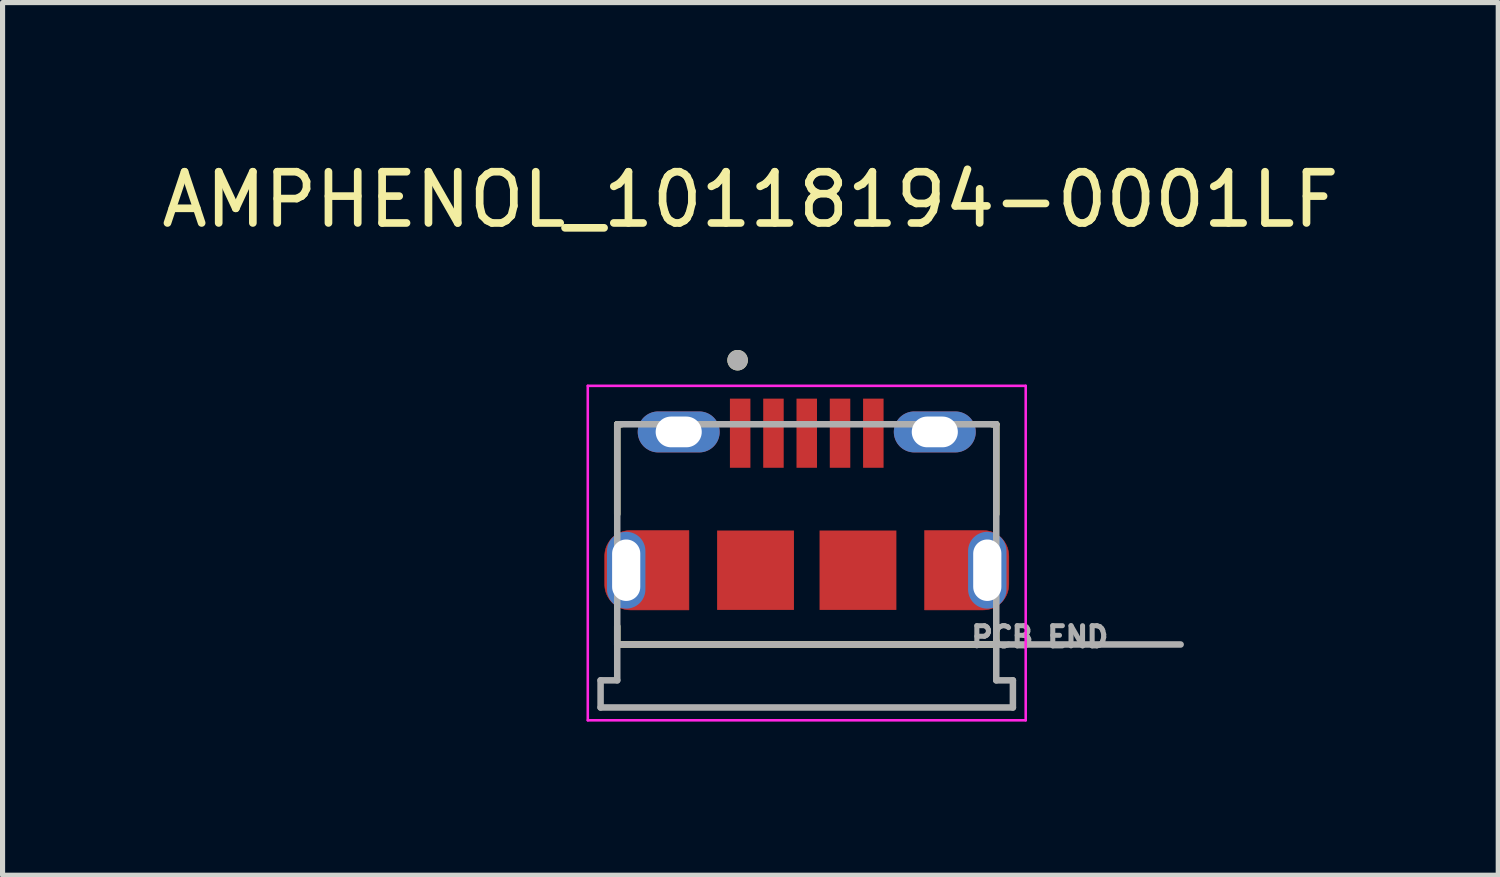
<source format=kicad_pcb>
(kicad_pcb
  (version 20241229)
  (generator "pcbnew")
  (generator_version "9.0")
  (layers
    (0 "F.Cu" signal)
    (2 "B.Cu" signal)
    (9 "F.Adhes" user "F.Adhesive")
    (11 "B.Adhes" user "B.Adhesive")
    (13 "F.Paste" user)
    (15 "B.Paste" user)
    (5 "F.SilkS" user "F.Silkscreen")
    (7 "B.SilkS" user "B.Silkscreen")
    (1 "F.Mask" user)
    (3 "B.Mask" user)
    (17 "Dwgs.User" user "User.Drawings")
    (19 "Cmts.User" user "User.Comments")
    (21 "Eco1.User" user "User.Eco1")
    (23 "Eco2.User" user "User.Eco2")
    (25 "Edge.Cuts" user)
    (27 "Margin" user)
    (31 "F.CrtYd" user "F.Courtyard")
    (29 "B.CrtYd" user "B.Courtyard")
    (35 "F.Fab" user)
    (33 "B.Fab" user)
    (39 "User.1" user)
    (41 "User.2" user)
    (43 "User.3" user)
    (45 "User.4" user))
  (footprint "AMPHENOL_10118194-0001LF"
    (layer "F.Cu")
    (at 12.701 8.083)
    (property "Reference" "AMPHENOL_10118194-0001LF" (at -1.1 -7.235 0) (layer "F.SilkS") (effects (font (size 1 1) (thickness 0.15))))
    (attr smd)
    (fp_poly (pts (xy -2.3 -0.775) (xy -2.3 0.775) (xy -3.445 0.775) (xy -3.471 0.774) (xy -3.497 0.772) (xy -3.523 0.769) (xy -3.549 0.764) (xy -3.574 0.758) (xy -3.6 0.751) (xy -3.624 0.742) (xy -3.648 0.732) (xy -3.672 0.721) (xy -3.695 0.708) (xy -3.717 0.694) (xy -3.739 0.68) (xy -3.76 0.664) (xy -3.78 0.647) (xy -3.799 0.629) (xy -3.817 0.61) (xy -3.834 0.59) (xy -3.85 0.569) (xy -3.864 0.547) (xy -3.878 0.525) (xy -3.891 0.502) (xy -3.902 0.478) (xy -3.912 0.454) (xy -3.921 0.43) (xy -3.928 0.404) (xy -3.934 0.379) (xy -3.939 0.353) (xy -3.942 0.327) (xy -3.944 0.301) (xy -3.945 0.275) (xy -3.945 -0.275) (xy -3.944 -0.301) (xy -3.942 -0.327) (xy -3.939 -0.353) (xy -3.934 -0.379) (xy -3.928 -0.404) (xy -3.921 -0.43) (xy -3.912 -0.454) (xy -3.902 -0.478) (xy -3.891 -0.502) (xy -3.878 -0.525) (xy -3.864 -0.547) (xy -3.85 -0.569) (xy -3.834 -0.59) (xy -3.817 -0.61) (xy -3.799 -0.629) (xy -3.78 -0.647) (xy -3.76 -0.664) (xy -3.739 -0.68) (xy -3.717 -0.694) (xy -3.695 -0.708) (xy -3.672 -0.721) (xy -3.648 -0.732) (xy -3.624 -0.742) (xy -3.6 -0.751) (xy -3.574 -0.758) (xy -3.549 -0.764) (xy -3.523 -0.769) (xy -3.497 -0.772) (xy -3.471 -0.774) (xy -3.445 -0.775) (xy -2.3 -0.775)) (stroke (width 0.01) (type solid)) (fill yes) (layer "F.Cu"))
    (fp_poly (pts (xy 2.3 -0.775) (xy 2.3 0.775) (xy 3.445 0.775) (xy 3.471 0.774) (xy 3.497 0.772) (xy 3.523 0.769) (xy 3.549 0.764) (xy 3.574 0.758) (xy 3.6 0.751) (xy 3.624 0.742) (xy 3.648 0.732) (xy 3.672 0.721) (xy 3.695 0.708) (xy 3.717 0.694) (xy 3.739 0.68) (xy 3.76 0.664) (xy 3.78 0.647) (xy 3.799 0.629) (xy 3.817 0.61) (xy 3.834 0.59) (xy 3.85 0.569) (xy 3.864 0.547) (xy 3.878 0.525) (xy 3.891 0.502) (xy 3.902 0.478) (xy 3.912 0.454) (xy 3.921 0.43) (xy 3.928 0.404) (xy 3.934 0.379) (xy 3.939 0.353) (xy 3.942 0.327) (xy 3.944 0.301) (xy 3.945 0.275) (xy 3.945 -0.275) (xy 3.944 -0.301) (xy 3.942 -0.327) (xy 3.939 -0.353) (xy 3.934 -0.379) (xy 3.928 -0.404) (xy 3.921 -0.43) (xy 3.912 -0.454) (xy 3.902 -0.478) (xy 3.891 -0.502) (xy 3.878 -0.525) (xy 3.864 -0.547) (xy 3.85 -0.569) (xy 3.834 -0.59) (xy 3.817 -0.61) (xy 3.799 -0.629) (xy 3.78 -0.647) (xy 3.76 -0.664) (xy 3.739 -0.68) (xy 3.717 -0.694) (xy 3.695 -0.708) (xy 3.672 -0.721) (xy 3.648 -0.732) (xy 3.624 -0.742) (xy 3.6 -0.751) (xy 3.574 -0.758) (xy 3.549 -0.764) (xy 3.523 -0.769) (xy 3.497 -0.772) (xy 3.471 -0.774) (xy 3.445 -0.775) (xy 2.3 -0.775)) (stroke (width 0.01) (type solid)) (fill yes) (layer "F.Cu"))
    (fp_poly (pts (xy -2.2 0.875) (xy -3.545 0.875) (xy -3.571 0.874) (xy -3.597 0.872) (xy -3.623 0.869) (xy -3.649 0.864) (xy -3.674 0.858) (xy -3.7 0.851) (xy -3.724 0.842) (xy -3.748 0.832) (xy -3.772 0.821) (xy -3.795 0.808) (xy -3.817 0.794) (xy -3.839 0.78) (xy -3.86 0.764) (xy -3.88 0.747) (xy -3.899 0.729) (xy -3.917 0.71) (xy -3.934 0.69) (xy -3.95 0.669) (xy -3.964 0.647) (xy -3.978 0.625) (xy -3.991 0.602) (xy -4.002 0.578) (xy -4.012 0.554) (xy -4.021 0.53) (xy -4.028 0.504) (xy -4.034 0.479) (xy -4.039 0.453) (xy -4.042 0.427) (xy -4.044 0.401) (xy -4.045 0.375) (xy -4.045 -0.375) (xy -4.044 -0.401) (xy -4.042 -0.427) (xy -4.039 -0.453) (xy -4.034 -0.479) (xy -4.028 -0.504) (xy -4.021 -0.53) (xy -4.012 -0.554) (xy -4.002 -0.578) (xy -3.991 -0.602) (xy -3.978 -0.625) (xy -3.964 -0.647) (xy -3.95 -0.669) (xy -3.934 -0.69) (xy -3.917 -0.71) (xy -3.899 -0.729) (xy -3.88 -0.747) (xy -3.86 -0.764) (xy -3.839 -0.78) (xy -3.817 -0.794) (xy -3.795 -0.808) (xy -3.772 -0.821) (xy -3.748 -0.832) (xy -3.724 -0.842) (xy -3.7 -0.851) (xy -3.674 -0.858) (xy -3.649 -0.864) (xy -3.623 -0.869) (xy -3.597 -0.872) (xy -3.571 -0.874) (xy -3.545 -0.875) (xy -2.2 -0.875) (xy -2.2 0.875)) (stroke (width 0.01) (type solid)) (fill yes) (layer "F.Mask"))
    (fp_poly (pts (xy 2.2 -0.875) (xy 3.545 -0.875) (xy 3.571 -0.874) (xy 3.597 -0.872) (xy 3.623 -0.869) (xy 3.649 -0.864) (xy 3.674 -0.858) (xy 3.7 -0.851) (xy 3.724 -0.842) (xy 3.748 -0.832) (xy 3.772 -0.821) (xy 3.795 -0.808) (xy 3.817 -0.794) (xy 3.839 -0.78) (xy 3.86 -0.764) (xy 3.88 -0.747) (xy 3.899 -0.729) (xy 3.917 -0.71) (xy 3.934 -0.69) (xy 3.95 -0.669) (xy 3.964 -0.647) (xy 3.978 -0.625) (xy 3.991 -0.602) (xy 4.002 -0.578) (xy 4.012 -0.554) (xy 4.021 -0.53) (xy 4.028 -0.504) (xy 4.034 -0.479) (xy 4.039 -0.453) (xy 4.042 -0.427) (xy 4.044 -0.401) (xy 4.045 -0.375) (xy 4.045 0.375) (xy 4.044 0.401) (xy 4.042 0.427) (xy 4.039 0.453) (xy 4.034 0.479) (xy 4.028 0.504) (xy 4.021 0.53) (xy 4.012 0.554) (xy 4.002 0.578) (xy 3.991 0.602) (xy 3.978 0.625) (xy 3.964 0.647) (xy 3.95 0.669) (xy 3.934 0.69) (xy 3.917 0.71) (xy 3.899 0.729) (xy 3.88 0.747) (xy 3.86 0.764) (xy 3.839 0.78) (xy 3.817 0.794) (xy 3.795 0.808) (xy 3.772 0.821) (xy 3.748 0.832) (xy 3.724 0.842) (xy 3.7 0.851) (xy 3.674 0.858) (xy 3.649 0.864) (xy 3.623 0.869) (xy 3.597 0.872) (xy 3.571 0.874) (xy 3.545 0.875) (xy 2.2 0.875) (xy 2.2 -0.875)) (stroke (width 0.01) (type solid)) (fill yes) (layer "F.Mask"))
    (fp_line (start -3.7 -2.85) (end -3.7 -1.095) (stroke (width 0.127) (type solid)) (layer "F.SilkS"))
    (fp_line (start -3.7 -2.85) (end -3.62 -2.85) (stroke (width 0.127) (type solid)) (layer "F.SilkS"))
    (fp_line (start -3.7 1.45) (end -3.7 1.095) (stroke (width 0.127) (type solid)) (layer "F.SilkS"))
    (fp_line (start -3.7 1.45) (end 3.7 1.45) (stroke (width 0.127) (type solid)) (layer "F.SilkS"))
    (fp_line (start 3.62 -2.85) (end 3.7 -2.85) (stroke (width 0.127) (type solid)) (layer "F.SilkS"))
    (fp_line (start 3.7 -1.095) (end 3.7 -2.85) (stroke (width 0.127) (type solid)) (layer "F.SilkS"))
    (fp_line (start 3.7 1.45) (end 3.7 1.095) (stroke (width 0.127) (type solid)) (layer "F.SilkS"))
    (fp_circle (center -1.35 -4.1) (end -1.25 -4.1) (stroke (width 0.2) (type solid)) (fill no) (layer "F.SilkS"))
    (fp_poly (pts (xy -2.3 -0.775) (xy -2.3 0.775) (xy -3.445 0.775) (xy -3.471 0.774) (xy -3.497 0.772) (xy -3.523 0.769) (xy -3.549 0.764) (xy -3.574 0.758) (xy -3.6 0.751) (xy -3.624 0.742) (xy -3.648 0.732) (xy -3.672 0.721) (xy -3.695 0.708) (xy -3.717 0.694) (xy -3.739 0.68) (xy -3.76 0.664) (xy -3.78 0.647) (xy -3.799 0.629) (xy -3.817 0.61) (xy -3.834 0.59) (xy -3.85 0.569) (xy -3.864 0.547) (xy -3.878 0.525) (xy -3.891 0.502) (xy -3.902 0.478) (xy -3.912 0.454) (xy -3.921 0.43) (xy -3.928 0.404) (xy -3.934 0.379) (xy -3.939 0.353) (xy -3.942 0.327) (xy -3.944 0.301) (xy -3.945 0.275) (xy -3.945 -0.275) (xy -3.944 -0.301) (xy -3.942 -0.327) (xy -3.939 -0.353) (xy -3.934 -0.379) (xy -3.928 -0.404) (xy -3.921 -0.43) (xy -3.912 -0.454) (xy -3.902 -0.478) (xy -3.891 -0.502) (xy -3.878 -0.525) (xy -3.864 -0.547) (xy -3.85 -0.569) (xy -3.834 -0.59) (xy -3.817 -0.61) (xy -3.799 -0.629) (xy -3.78 -0.647) (xy -3.76 -0.664) (xy -3.739 -0.68) (xy -3.717 -0.694) (xy -3.695 -0.708) (xy -3.672 -0.721) (xy -3.648 -0.732) (xy -3.624 -0.742) (xy -3.6 -0.751) (xy -3.574 -0.758) (xy -3.549 -0.764) (xy -3.523 -0.769) (xy -3.497 -0.772) (xy -3.471 -0.774) (xy -3.445 -0.775) (xy -2.3 -0.775)) (stroke (width 0.01) (type solid)) (fill yes) (layer "F.Paste"))
    (fp_poly (pts (xy 2.3 -0.775) (xy 2.3 0.775) (xy 3.445 0.775) (xy 3.471 0.774) (xy 3.497 0.772) (xy 3.523 0.769) (xy 3.549 0.764) (xy 3.574 0.758) (xy 3.6 0.751) (xy 3.624 0.742) (xy 3.648 0.732) (xy 3.672 0.721) (xy 3.695 0.708) (xy 3.717 0.694) (xy 3.739 0.68) (xy 3.76 0.664) (xy 3.78 0.647) (xy 3.799 0.629) (xy 3.817 0.61) (xy 3.834 0.59) (xy 3.85 0.569) (xy 3.864 0.547) (xy 3.878 0.525) (xy 3.891 0.502) (xy 3.902 0.478) (xy 3.912 0.454) (xy 3.921 0.43) (xy 3.928 0.404) (xy 3.934 0.379) (xy 3.939 0.353) (xy 3.942 0.327) (xy 3.944 0.301) (xy 3.945 0.275) (xy 3.945 -0.275) (xy 3.944 -0.301) (xy 3.942 -0.327) (xy 3.939 -0.353) (xy 3.934 -0.379) (xy 3.928 -0.404) (xy 3.921 -0.43) (xy 3.912 -0.454) (xy 3.902 -0.478) (xy 3.891 -0.502) (xy 3.878 -0.525) (xy 3.864 -0.547) (xy 3.85 -0.569) (xy 3.834 -0.59) (xy 3.817 -0.61) (xy 3.799 -0.629) (xy 3.78 -0.647) (xy 3.76 -0.664) (xy 3.739 -0.68) (xy 3.717 -0.694) (xy 3.695 -0.708) (xy 3.672 -0.721) (xy 3.648 -0.732) (xy 3.624 -0.742) (xy 3.6 -0.751) (xy 3.574 -0.758) (xy 3.549 -0.764) (xy 3.523 -0.769) (xy 3.497 -0.772) (xy 3.471 -0.774) (xy 3.445 -0.775) (xy 2.3 -0.775)) (stroke (width 0.01) (type solid)) (fill yes) (layer "F.Paste"))
    (fp_line (start -4.275 -3.6) (end -4.275 2.93) (stroke (width 0.05) (type solid)) (layer "F.CrtYd"))
    (fp_line (start -4.275 2.93) (end 4.275 2.93) (stroke (width 0.05) (type solid)) (layer "F.CrtYd"))
    (fp_line (start 4.275 -3.6) (end -4.275 -3.6) (stroke (width 0.05) (type solid)) (layer "F.CrtYd"))
    (fp_line (start 4.275 2.93) (end 4.275 -3.6) (stroke (width 0.05) (type solid)) (layer "F.CrtYd"))
    (fp_line (start -4.025 2.15) (end -4.025 2.68) (stroke (width 0.127) (type solid)) (layer "F.Fab"))
    (fp_line (start -4.025 2.68) (end 4.025 2.68) (stroke (width 0.127) (type solid)) (layer "F.Fab"))
    (fp_line (start -3.7 -2.85) (end -3.7 1.45) (stroke (width 0.127) (type solid)) (layer "F.Fab"))
    (fp_line (start -3.7 -2.85) (end 3.7 -2.85) (stroke (width 0.127) (type solid)) (layer "F.Fab"))
    (fp_line (start -3.7 1.45) (end -3.7 2.15) (stroke (width 0.127) (type solid)) (layer "F.Fab"))
    (fp_line (start -3.7 1.45) (end 3.7 1.45) (stroke (width 0.127) (type solid)) (layer "F.Fab"))
    (fp_line (start -3.7 2.15) (end -4.025 2.15) (stroke (width 0.127) (type solid)) (layer "F.Fab"))
    (fp_line (start 3.7 1.45) (end 3.7 -2.85) (stroke (width 0.127) (type solid)) (layer "F.Fab"))
    (fp_line (start 3.7 1.45) (end 7.3 1.45) (stroke (width 0.127) (type solid)) (layer "F.Fab"))
    (fp_line (start 3.7 2.15) (end 3.7 1.45) (stroke (width 0.127) (type solid)) (layer "F.Fab"))
    (fp_line (start 4.025 2.15) (end 3.7 2.15) (stroke (width 0.127) (type solid)) (layer "F.Fab"))
    (fp_line (start 4.025 2.68) (end 4.025 2.15) (stroke (width 0.127) (type solid)) (layer "F.Fab"))
    (fp_circle (center -1.35 -4.1) (end -1.25 -4.1) (stroke (width 0.2) (type solid)) (fill no) (layer "F.Fab"))
    (fp_text user "PCB END" (at 4.55 1.3 0) (layer "F.Fab") (effects (font (size 0.394 0.394) (thickness 0.15))))
    (pad "1" smd rect (at -1.3 -2.675) (size 0.4 1.35) (layers "F.Cu" "F.Mask" "F.Paste"))
    (pad "2" smd rect (at -0.65 -2.675) (size 0.4 1.35) (layers "F.Cu" "F.Mask" "F.Paste"))
    (pad "3" smd rect (at 0 -2.675) (size 0.4 1.35) (layers "F.Cu" "F.Mask" "F.Paste"))
    (pad "4" smd rect (at 0.65 -2.675) (size 0.4 1.35) (layers "F.Cu" "F.Mask" "F.Paste"))
    (pad "5" smd rect (at 1.3 -2.675) (size 0.4 1.35) (layers "F.Cu" "F.Mask" "F.Paste"))
    (pad "S1" thru_hole oval (at -2.5 -2.7) (size 1.6 0.8) (drill oval 0.9 0.6) (layers "*.Cu" "*.Mask"))
    (pad "S2" thru_hole oval (at 2.5 -2.7) (size 1.6 0.8) (drill oval 0.9 0.6) (layers "*.Cu" "*.Mask"))
    (pad "S3" thru_hole oval (at -3.525 0) (size 0.75 1.5) (drill oval 0.55 1.2) (layers "*.Cu" "*.Mask"))
    (pad "S4" smd rect (at -1 0) (size 1.5 1.55) (layers "F.Cu" "F.Mask" "F.Paste"))
    (pad "S5" smd rect (at 1 0) (size 1.5 1.55) (layers "F.Cu" "F.Mask" "F.Paste"))
    (pad "S6" thru_hole oval (at 3.525 0) (size 0.75 1.5) (drill oval 0.55 1.2) (layers "*.Cu" "*.Mask")))
  (gr_rect
    (start -3 -3)
    (end 26.202 14.038)
    (stroke (width 0.1) (type default))
    (fill no)
    (layer "Edge.Cuts")))
</source>
